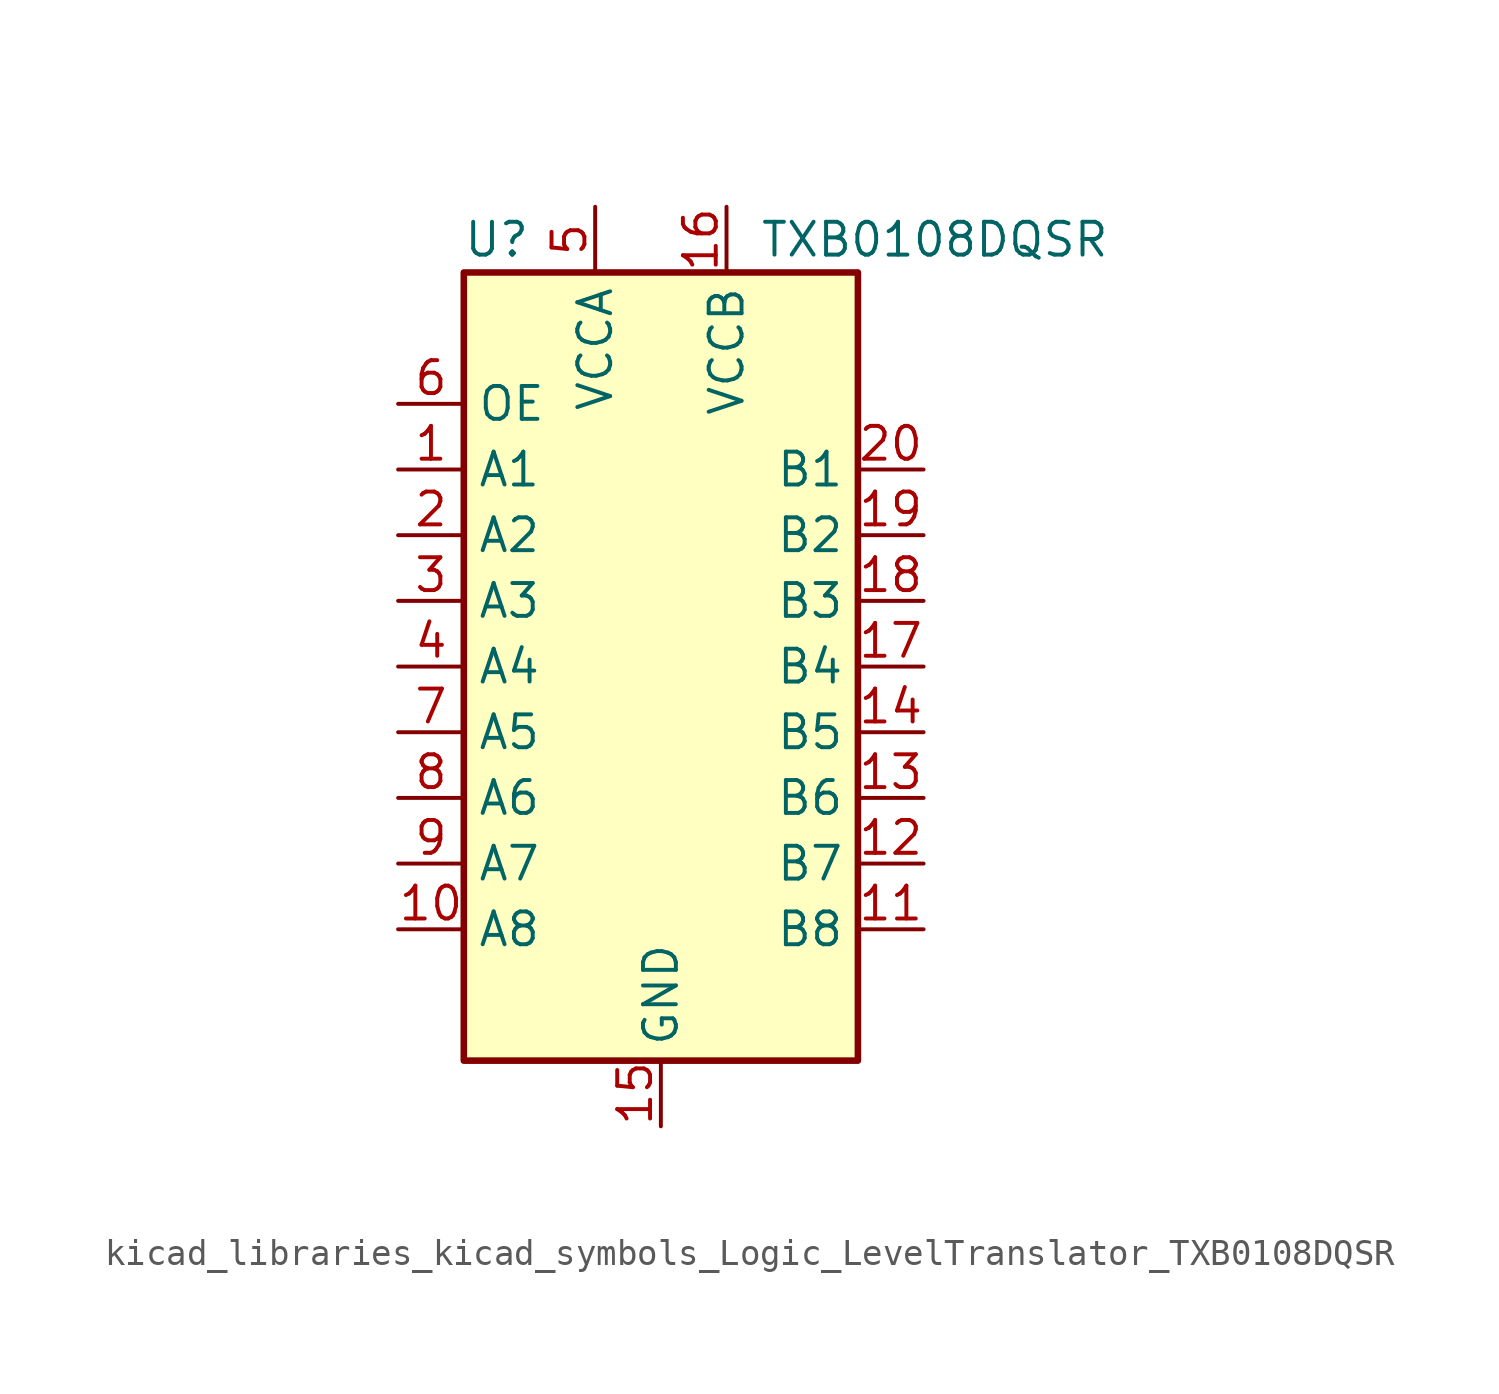
<source format=kicad_sym>
(kicad_symbol_lib
  (version 20220914)
  (generator kicad_symbol_editor)
  (symbol "kicad_libraries_kicad_symbols_Logic_LevelTranslator_TXB0108DQSR"
    (property "Reference" "U"
      (at -6.35 16.51 0)
      (effects (font (size 1.27 1.27))))
    (property "Value" "TXB0108DQSR"
      (at 3.81 16.51 0)
      (effects (font (size 1.27 1.27)) (justify left)))
    (symbol "kicad_libraries_kicad_symbols_Logic_LevelTranslator_TXB0108DQSR_0_1"
      (rectangle (start -7.62 15.24) (end 7.62 -15.24) (stroke (width 0.254) (type default)) (fill (type background))))
    (symbol "kicad_libraries_kicad_symbols_Logic_LevelTranslator_TXB0108DQSR_1_1"
      (pin bidirectional line (at -10.16 7.62 0) (length 2.54) (name "A1" (effects (font (size 1.27 1.27)))) (number "1" (effects (font (size 1.27 1.27)))))
      (pin bidirectional line (at -10.16 -10.16 0) (length 2.54) (name "A8" (effects (font (size 1.27 1.27)))) (number "10" (effects (font (size 1.27 1.27)))))
      (pin bidirectional line (at 10.16 -10.16 180) (length 2.54) (name "B8" (effects (font (size 1.27 1.27)))) (number "11" (effects (font (size 1.27 1.27)))))
      (pin bidirectional line (at 10.16 -7.62 180) (length 2.54) (name "B7" (effects (font (size 1.27 1.27)))) (number "12" (effects (font (size 1.27 1.27)))))
      (pin bidirectional line (at 10.16 -5.08 180) (length 2.54) (name "B6" (effects (font (size 1.27 1.27)))) (number "13" (effects (font (size 1.27 1.27)))))
      (pin bidirectional line (at 10.16 -2.54 180) (length 2.54) (name "B5" (effects (font (size 1.27 1.27)))) (number "14" (effects (font (size 1.27 1.27)))))
      (pin power_in line (at 0 -17.78 90) (length 2.54) (name "GND" (effects (font (size 1.27 1.27)))) (number "15" (effects (font (size 1.27 1.27)))))
      (pin power_in line (at 2.54 17.78 270) (length 2.54) (name "VCCB" (effects (font (size 1.27 1.27)))) (number "16" (effects (font (size 1.27 1.27)))))
      (pin bidirectional line (at 10.16 0 180) (length 2.54) (name "B4" (effects (font (size 1.27 1.27)))) (number "17" (effects (font (size 1.27 1.27)))))
      (pin bidirectional line (at 10.16 2.54 180) (length 2.54) (name "B3" (effects (font (size 1.27 1.27)))) (number "18" (effects (font (size 1.27 1.27)))))
      (pin bidirectional line (at 10.16 5.08 180) (length 2.54) (name "B2" (effects (font (size 1.27 1.27)))) (number "19" (effects (font (size 1.27 1.27)))))
      (pin bidirectional line (at -10.16 5.08 0) (length 2.54) (name "A2" (effects (font (size 1.27 1.27)))) (number "2" (effects (font (size 1.27 1.27)))))
      (pin bidirectional line (at 10.16 7.62 180) (length 2.54) (name "B1" (effects (font (size 1.27 1.27)))) (number "20" (effects (font (size 1.27 1.27)))))
      (pin bidirectional line (at -10.16 2.54 0) (length 2.54) (name "A3" (effects (font (size 1.27 1.27)))) (number "3" (effects (font (size 1.27 1.27)))))
      (pin bidirectional line (at -10.16 0 0) (length 2.54) (name "A4" (effects (font (size 1.27 1.27)))) (number "4" (effects (font (size 1.27 1.27)))))
      (pin power_in line (at -2.54 17.78 270) (length 2.54) (name "VCCA" (effects (font (size 1.27 1.27)))) (number "5" (effects (font (size 1.27 1.27)))))
      (pin input line (at -10.16 10.16 0) (length 2.54) (name "OE" (effects (font (size 1.27 1.27)))) (number "6" (effects (font (size 1.27 1.27)))))
      (pin bidirectional line (at -10.16 -2.54 0) (length 2.54) (name "A5" (effects (font (size 1.27 1.27)))) (number "7" (effects (font (size 1.27 1.27)))))
      (pin bidirectional line (at -10.16 -5.08 0) (length 2.54) (name "A6" (effects (font (size 1.27 1.27)))) (number "8" (effects (font (size 1.27 1.27)))))
      (pin bidirectional line (at -10.16 -7.62 0) (length 2.54) (name "A7" (effects (font (size 1.27 1.27)))) (number "9" (effects (font (size 1.27 1.27))))))))
</source>
